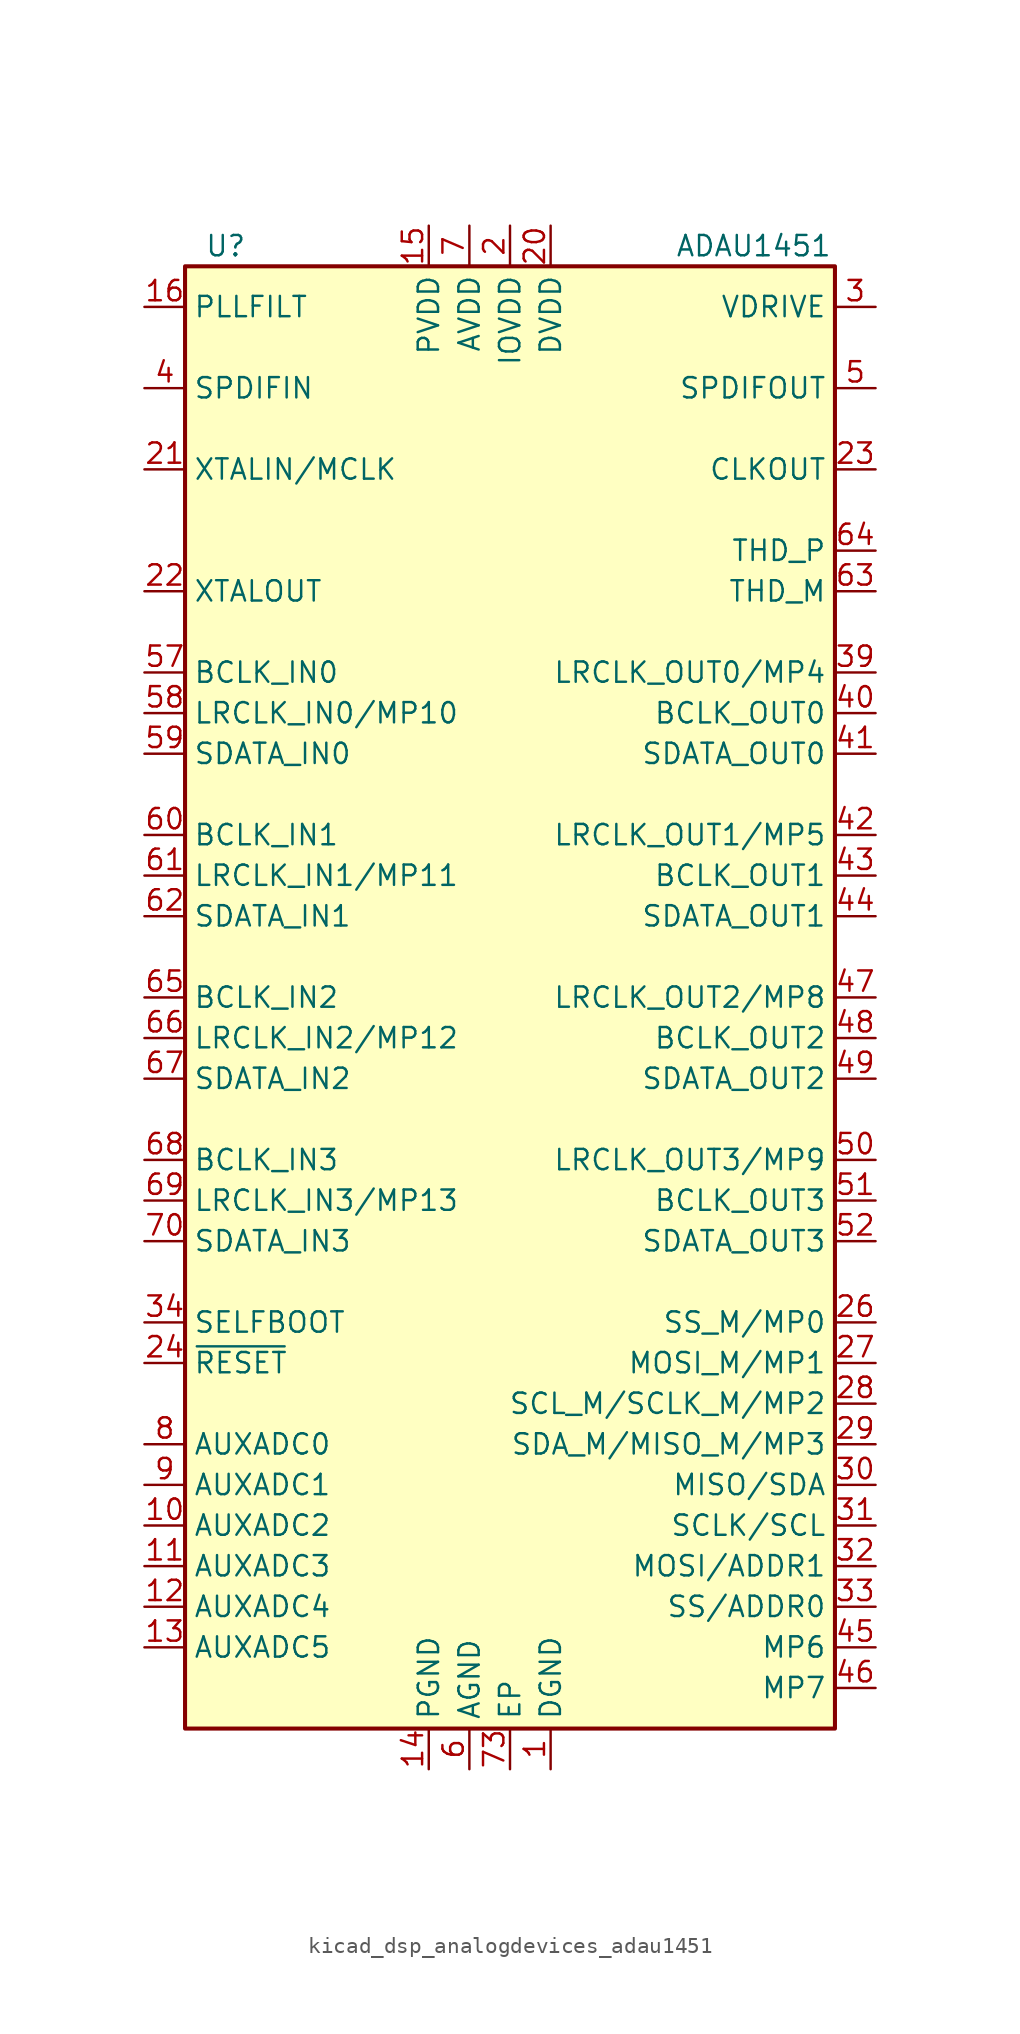
<source format=kicad_sym>
(kicad_symbol_lib
  (version 20220914)
  (generator kicad_symbol_editor)
  (symbol "kicad_dsp_analogdevices_adau1451"
    (property "Reference" "U"
      (at -17.78 46.99 0)
      (effects (font (size 1.27 1.27))))
    (property "Value" "ADAU1451"
      (at 15.24 46.99 0)
      (effects (font (size 1.27 1.27))))
    (symbol "kicad_dsp_analogdevices_adau1451_0_1"
      (rectangle (start -20.32 45.72) (end 20.32 -45.72) (stroke (width 0.254) (type default)) (fill (type background))))
    (symbol "kicad_dsp_analogdevices_adau1451_1_1"
      (pin power_in line (at 2.54 -48.26 90) (length 2.54) (name "DGND" (effects (font (size 1.27 1.27)))) (number "1" (effects (font (size 1.27 1.27)))))
      (pin input line (at -22.86 -33.02 0) (length 2.54) (name "AUXADC2" (effects (font (size 1.27 1.27)))) (number "10" (effects (font (size 1.27 1.27)))))
      (pin input line (at -22.86 -35.56 0) (length 2.54) (name "AUXADC3" (effects (font (size 1.27 1.27)))) (number "11" (effects (font (size 1.27 1.27)))))
      (pin input line (at -22.86 -38.1 0) (length 2.54) (name "AUXADC4" (effects (font (size 1.27 1.27)))) (number "12" (effects (font (size 1.27 1.27)))))
      (pin input line (at -22.86 -40.64 0) (length 2.54) (name "AUXADC5" (effects (font (size 1.27 1.27)))) (number "13" (effects (font (size 1.27 1.27)))))
      (pin power_in line (at -5.08 -48.26 90) (length 2.54) (name "PGND" (effects (font (size 1.27 1.27)))) (number "14" (effects (font (size 1.27 1.27)))))
      (pin power_in line (at -5.08 48.26 270) (length 2.54) (name "PVDD" (effects (font (size 1.27 1.27)))) (number "15" (effects (font (size 1.27 1.27)))))
      (pin passive line (at -22.86 43.18 0) (length 2.54) (name "PLLFILT" (effects (font (size 1.27 1.27)))) (number "16" (effects (font (size 1.27 1.27)))))
      (pin passive line (at 2.54 -48.26 90) (length 2.54) hide (name "DGND" (effects (font (size 1.27 1.27)))) (number "17" (effects (font (size 1.27 1.27)))))
      (pin passive line (at 0 48.26 270) (length 2.54) hide (name "IOVDD" (effects (font (size 1.27 1.27)))) (number "18" (effects (font (size 1.27 1.27)))))
      (pin passive line (at 2.54 -48.26 90) (length 2.54) hide (name "DGND" (effects (font (size 1.27 1.27)))) (number "19" (effects (font (size 1.27 1.27)))))
      (pin power_in line (at 0 48.26 270) (length 2.54) (name "IOVDD" (effects (font (size 1.27 1.27)))) (number "2" (effects (font (size 1.27 1.27)))))
      (pin power_in line (at 2.54 48.26 270) (length 2.54) (name "DVDD" (effects (font (size 1.27 1.27)))) (number "20" (effects (font (size 1.27 1.27)))))
      (pin input line (at -22.86 33.02 0) (length 2.54) (name "XTALIN/MCLK" (effects (font (size 1.27 1.27)))) (number "21" (effects (font (size 1.27 1.27)))))
      (pin output line (at -22.86 25.4 0) (length 2.54) (name "XTALOUT" (effects (font (size 1.27 1.27)))) (number "22" (effects (font (size 1.27 1.27)))))
      (pin output line (at 22.86 33.02 180) (length 2.54) (name "CLKOUT" (effects (font (size 1.27 1.27)))) (number "23" (effects (font (size 1.27 1.27)))))
      (pin input line (at -22.86 -22.86 0) (length 2.54) (name "~{RESET}" (effects (font (size 1.27 1.27)))) (number "24" (effects (font (size 1.27 1.27)))))
      (pin passive line (at 2.54 -48.26 90) (length 2.54) hide (name "DGND" (effects (font (size 1.27 1.27)))) (number "25" (effects (font (size 1.27 1.27)))))
      (pin bidirectional line (at 22.86 -20.32 180) (length 2.54) (name "SS_M/MP0" (effects (font (size 1.27 1.27)))) (number "26" (effects (font (size 1.27 1.27)))))
      (pin bidirectional line (at 22.86 -22.86 180) (length 2.54) (name "MOSI_M/MP1" (effects (font (size 1.27 1.27)))) (number "27" (effects (font (size 1.27 1.27)))))
      (pin bidirectional line (at 22.86 -25.4 180) (length 2.54) (name "SCL_M/SCLK_M/MP2" (effects (font (size 1.27 1.27)))) (number "28" (effects (font (size 1.27 1.27)))))
      (pin bidirectional line (at 22.86 -27.94 180) (length 2.54) (name "SDA_M/MISO_M/MP3" (effects (font (size 1.27 1.27)))) (number "29" (effects (font (size 1.27 1.27)))))
      (pin output line (at 22.86 43.18 180) (length 2.54) (name "VDRIVE" (effects (font (size 1.27 1.27)))) (number "3" (effects (font (size 1.27 1.27)))))
      (pin bidirectional line (at 22.86 -30.48 180) (length 2.54) (name "MISO/SDA" (effects (font (size 1.27 1.27)))) (number "30" (effects (font (size 1.27 1.27)))))
      (pin input line (at 22.86 -33.02 180) (length 2.54) (name "SCLK/SCL" (effects (font (size 1.27 1.27)))) (number "31" (effects (font (size 1.27 1.27)))))
      (pin input line (at 22.86 -35.56 180) (length 2.54) (name "MOSI/ADDR1" (effects (font (size 1.27 1.27)))) (number "32" (effects (font (size 1.27 1.27)))))
      (pin input line (at 22.86 -38.1 180) (length 2.54) (name "SS/ADDR0" (effects (font (size 1.27 1.27)))) (number "33" (effects (font (size 1.27 1.27)))))
      (pin input line (at -22.86 -20.32 0) (length 2.54) (name "SELFBOOT" (effects (font (size 1.27 1.27)))) (number "34" (effects (font (size 1.27 1.27)))))
      (pin passive line (at 2.54 48.26 270) (length 2.54) hide (name "DVDD" (effects (font (size 1.27 1.27)))) (number "35" (effects (font (size 1.27 1.27)))))
      (pin passive line (at 2.54 -48.26 90) (length 2.54) hide (name "DGND" (effects (font (size 1.27 1.27)))) (number "36" (effects (font (size 1.27 1.27)))))
      (pin passive line (at 2.54 -48.26 90) (length 2.54) hide (name "DGND" (effects (font (size 1.27 1.27)))) (number "37" (effects (font (size 1.27 1.27)))))
      (pin passive line (at 0 48.26 270) (length 2.54) hide (name "IOVDD" (effects (font (size 1.27 1.27)))) (number "38" (effects (font (size 1.27 1.27)))))
      (pin bidirectional line (at 22.86 20.32 180) (length 2.54) (name "LRCLK_OUT0/MP4" (effects (font (size 1.27 1.27)))) (number "39" (effects (font (size 1.27 1.27)))))
      (pin input line (at -22.86 38.1 0) (length 2.54) (name "SPDIFIN" (effects (font (size 1.27 1.27)))) (number "4" (effects (font (size 1.27 1.27)))))
      (pin bidirectional line (at 22.86 17.78 180) (length 2.54) (name "BCLK_OUT0" (effects (font (size 1.27 1.27)))) (number "40" (effects (font (size 1.27 1.27)))))
      (pin output line (at 22.86 15.24 180) (length 2.54) (name "SDATA_OUT0" (effects (font (size 1.27 1.27)))) (number "41" (effects (font (size 1.27 1.27)))))
      (pin bidirectional line (at 22.86 10.16 180) (length 2.54) (name "LRCLK_OUT1/MP5" (effects (font (size 1.27 1.27)))) (number "42" (effects (font (size 1.27 1.27)))))
      (pin bidirectional line (at 22.86 7.62 180) (length 2.54) (name "BCLK_OUT1" (effects (font (size 1.27 1.27)))) (number "43" (effects (font (size 1.27 1.27)))))
      (pin output line (at 22.86 5.08 180) (length 2.54) (name "SDATA_OUT1" (effects (font (size 1.27 1.27)))) (number "44" (effects (font (size 1.27 1.27)))))
      (pin bidirectional line (at 22.86 -40.64 180) (length 2.54) (name "MP6" (effects (font (size 1.27 1.27)))) (number "45" (effects (font (size 1.27 1.27)))))
      (pin bidirectional line (at 22.86 -43.18 180) (length 2.54) (name "MP7" (effects (font (size 1.27 1.27)))) (number "46" (effects (font (size 1.27 1.27)))))
      (pin bidirectional line (at 22.86 0 180) (length 2.54) (name "LRCLK_OUT2/MP8" (effects (font (size 1.27 1.27)))) (number "47" (effects (font (size 1.27 1.27)))))
      (pin bidirectional line (at 22.86 -2.54 180) (length 2.54) (name "BCLK_OUT2" (effects (font (size 1.27 1.27)))) (number "48" (effects (font (size 1.27 1.27)))))
      (pin output line (at 22.86 -5.08 180) (length 2.54) (name "SDATA_OUT2" (effects (font (size 1.27 1.27)))) (number "49" (effects (font (size 1.27 1.27)))))
      (pin output line (at 22.86 38.1 180) (length 2.54) (name "SPDIFOUT" (effects (font (size 1.27 1.27)))) (number "5" (effects (font (size 1.27 1.27)))))
      (pin bidirectional line (at 22.86 -10.16 180) (length 2.54) (name "LRCLK_OUT3/MP9" (effects (font (size 1.27 1.27)))) (number "50" (effects (font (size 1.27 1.27)))))
      (pin bidirectional line (at 22.86 -12.7 180) (length 2.54) (name "BCLK_OUT3" (effects (font (size 1.27 1.27)))) (number "51" (effects (font (size 1.27 1.27)))))
      (pin output line (at 22.86 -15.24 180) (length 2.54) (name "SDATA_OUT3" (effects (font (size 1.27 1.27)))) (number "52" (effects (font (size 1.27 1.27)))))
      (pin passive line (at 2.54 48.26 270) (length 2.54) hide (name "DVDD" (effects (font (size 1.27 1.27)))) (number "53" (effects (font (size 1.27 1.27)))))
      (pin passive line (at 2.54 -48.26 90) (length 2.54) hide (name "DGND" (effects (font (size 1.27 1.27)))) (number "54" (effects (font (size 1.27 1.27)))))
      (pin passive line (at 2.54 -48.26 90) (length 2.54) hide (name "DGND" (effects (font (size 1.27 1.27)))) (number "55" (effects (font (size 1.27 1.27)))))
      (pin passive line (at 0 48.26 270) (length 2.54) hide (name "IOVDD" (effects (font (size 1.27 1.27)))) (number "56" (effects (font (size 1.27 1.27)))))
      (pin bidirectional line (at -22.86 20.32 0) (length 2.54) (name "BCLK_IN0" (effects (font (size 1.27 1.27)))) (number "57" (effects (font (size 1.27 1.27)))))
      (pin bidirectional line (at -22.86 17.78 0) (length 2.54) (name "LRCLK_IN0/MP10" (effects (font (size 1.27 1.27)))) (number "58" (effects (font (size 1.27 1.27)))))
      (pin input line (at -22.86 15.24 0) (length 2.54) (name "SDATA_IN0" (effects (font (size 1.27 1.27)))) (number "59" (effects (font (size 1.27 1.27)))))
      (pin power_in line (at -2.54 -48.26 90) (length 2.54) (name "AGND" (effects (font (size 1.27 1.27)))) (number "6" (effects (font (size 1.27 1.27)))))
      (pin bidirectional line (at -22.86 10.16 0) (length 2.54) (name "BCLK_IN1" (effects (font (size 1.27 1.27)))) (number "60" (effects (font (size 1.27 1.27)))))
      (pin bidirectional line (at -22.86 7.62 0) (length 2.54) (name "LRCLK_IN1/MP11" (effects (font (size 1.27 1.27)))) (number "61" (effects (font (size 1.27 1.27)))))
      (pin input line (at -22.86 5.08 0) (length 2.54) (name "SDATA_IN1" (effects (font (size 1.27 1.27)))) (number "62" (effects (font (size 1.27 1.27)))))
      (pin passive line (at 22.86 25.4 180) (length 2.54) (name "THD_M" (effects (font (size 1.27 1.27)))) (number "63" (effects (font (size 1.27 1.27)))))
      (pin passive line (at 22.86 27.94 180) (length 2.54) (name "THD_P" (effects (font (size 1.27 1.27)))) (number "64" (effects (font (size 1.27 1.27)))))
      (pin bidirectional line (at -22.86 0 0) (length 2.54) (name "BCLK_IN2" (effects (font (size 1.27 1.27)))) (number "65" (effects (font (size 1.27 1.27)))))
      (pin bidirectional line (at -22.86 -2.54 0) (length 2.54) (name "LRCLK_IN2/MP12" (effects (font (size 1.27 1.27)))) (number "66" (effects (font (size 1.27 1.27)))))
      (pin input line (at -22.86 -5.08 0) (length 2.54) (name "SDATA_IN2" (effects (font (size 1.27 1.27)))) (number "67" (effects (font (size 1.27 1.27)))))
      (pin bidirectional line (at -22.86 -10.16 0) (length 2.54) (name "BCLK_IN3" (effects (font (size 1.27 1.27)))) (number "68" (effects (font (size 1.27 1.27)))))
      (pin bidirectional line (at -22.86 -12.7 0) (length 2.54) (name "LRCLK_IN3/MP13" (effects (font (size 1.27 1.27)))) (number "69" (effects (font (size 1.27 1.27)))))
      (pin power_in line (at -2.54 48.26 270) (length 2.54) (name "AVDD" (effects (font (size 1.27 1.27)))) (number "7" (effects (font (size 1.27 1.27)))))
      (pin input line (at -22.86 -15.24 0) (length 2.54) (name "SDATA_IN3" (effects (font (size 1.27 1.27)))) (number "70" (effects (font (size 1.27 1.27)))))
      (pin passive line (at 2.54 48.26 270) (length 2.54) hide (name "DVDD" (effects (font (size 1.27 1.27)))) (number "71" (effects (font (size 1.27 1.27)))))
      (pin passive line (at 2.54 -48.26 90) (length 2.54) hide (name "DGND" (effects (font (size 1.27 1.27)))) (number "72" (effects (font (size 1.27 1.27)))))
      (pin power_in line (at 0 -48.26 90) (length 2.54) (name "EP" (effects (font (size 1.27 1.27)))) (number "73" (effects (font (size 1.27 1.27)))))
      (pin input line (at -22.86 -27.94 0) (length 2.54) (name "AUXADC0" (effects (font (size 1.27 1.27)))) (number "8" (effects (font (size 1.27 1.27)))))
      (pin input line (at -22.86 -30.48 0) (length 2.54) (name "AUXADC1" (effects (font (size 1.27 1.27)))) (number "9" (effects (font (size 1.27 1.27))))))))
</source>
